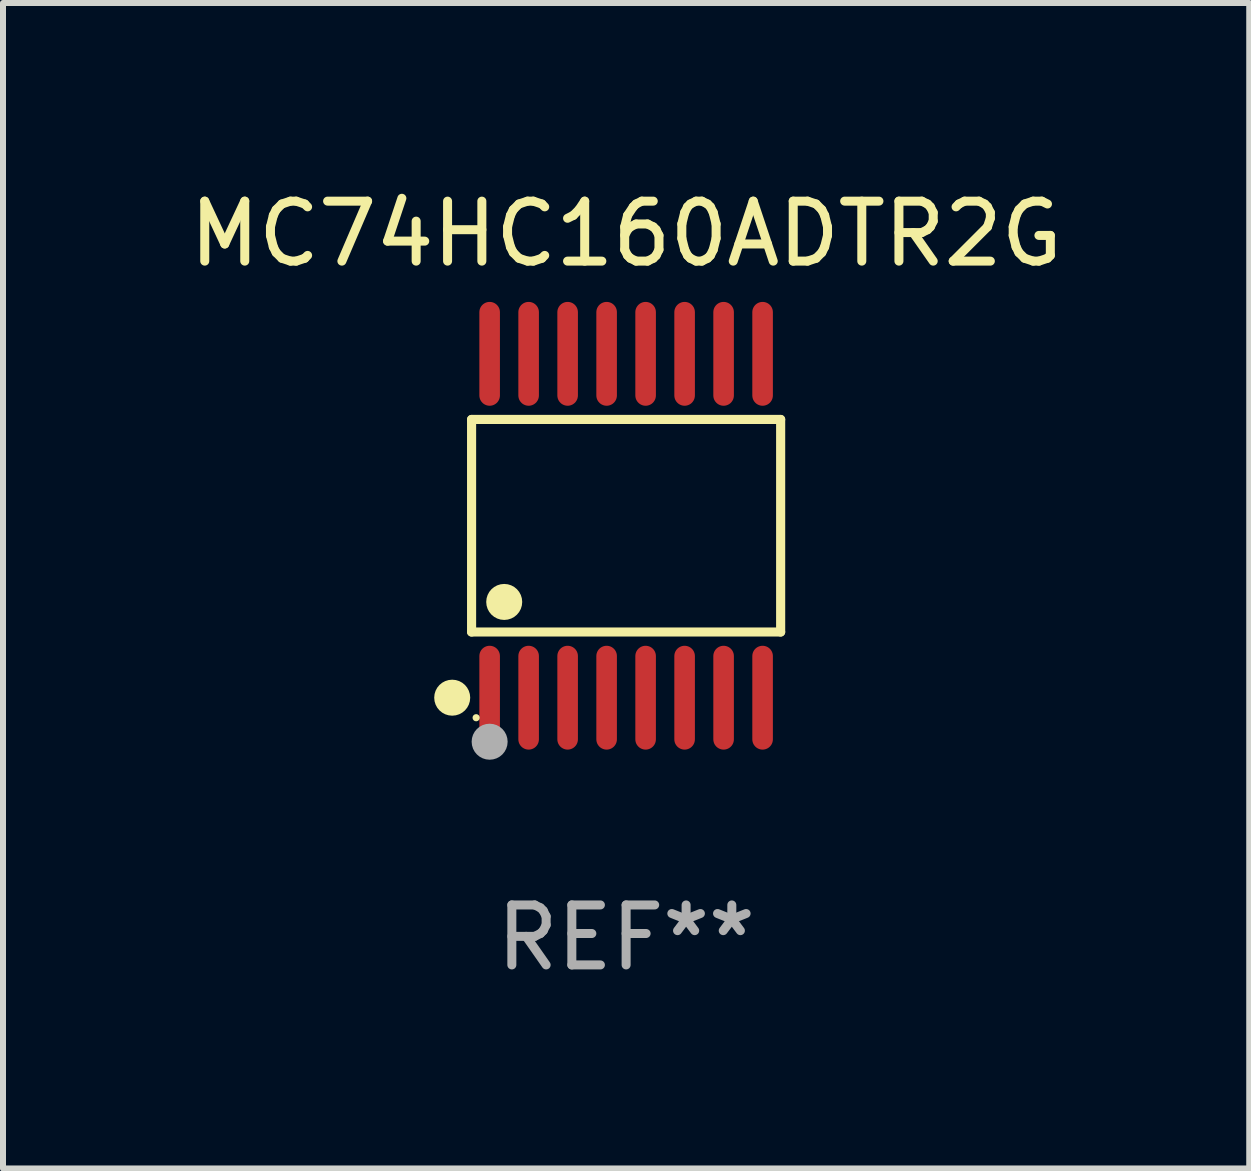
<source format=kicad_pcb>
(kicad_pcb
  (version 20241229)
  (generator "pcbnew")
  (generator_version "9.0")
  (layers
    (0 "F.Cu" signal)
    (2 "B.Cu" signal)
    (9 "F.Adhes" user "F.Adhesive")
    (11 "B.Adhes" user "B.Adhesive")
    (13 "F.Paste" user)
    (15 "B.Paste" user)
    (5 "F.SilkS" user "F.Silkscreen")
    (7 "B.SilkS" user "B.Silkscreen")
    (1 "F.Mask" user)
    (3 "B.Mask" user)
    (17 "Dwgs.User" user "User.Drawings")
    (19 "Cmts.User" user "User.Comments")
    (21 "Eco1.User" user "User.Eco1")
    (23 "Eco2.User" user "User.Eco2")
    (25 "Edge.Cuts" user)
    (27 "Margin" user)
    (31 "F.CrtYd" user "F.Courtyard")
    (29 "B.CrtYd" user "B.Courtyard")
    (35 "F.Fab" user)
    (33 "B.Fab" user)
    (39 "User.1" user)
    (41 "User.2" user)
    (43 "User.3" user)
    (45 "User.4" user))
  (footprint "MC74HC160ADTR2G"
    (layer "F.Cu")
    (at 7.387 5.714)
    (property "Reference" "MC74HC160ADTR2G" (at 0 -4.866 0) (layer "F.SilkS") (effects (font (size 1 1) (thickness 0.15))))
    (attr through_hole)
    (fp_line (start -2.576 -1.772) (end 2.576 -1.772) (stroke (width 0.152) (type solid)) (layer "F.SilkS"))
    (fp_line (start -2.576 1.771) (end -2.576 -1.772) (stroke (width 0.152) (type solid)) (layer "F.SilkS"))
    (fp_line (start 2.576 -1.772) (end 2.576 1.771) (stroke (width 0.152) (type solid)) (layer "F.SilkS"))
    (fp_line (start 2.576 1.771) (end -2.576 1.771) (stroke (width 0.152) (type solid)) (layer "F.SilkS"))
    (fp_circle (center -2.899 2.866) (end -2.749 2.866) (stroke (width 0.3) (type solid)) (fill no) (layer "F.SilkS"))
    (fp_circle (center -2.5 3.2) (end -2.47 3.2) (stroke (width 0.06) (type solid)) (fill no) (layer "F.SilkS"))
    (fp_circle (center -2.032 1.27) (end -1.882 1.27) (stroke (width 0.3) (type solid)) (fill no) (layer "F.SilkS"))
    (fp_circle (center -2.275 3.6) (end -2.125 3.6) (stroke (width 0.3) (type solid)) (fill no) (layer "F.Fab"))
    (fp_text user "REF**" (at 0 6.866 0) (layer "F.Fab") (effects (font (size 1 1) (thickness 0.15))))
    (pad "1" smd oval (at -2.275 2.866) (size 0.343 1.731) (layers "F.Cu" "F.Mask" "F.Paste"))
    (pad "2" smd oval (at -1.625 2.866) (size 0.343 1.731) (layers "F.Cu" "F.Mask" "F.Paste"))
    (pad "3" smd oval (at -0.975 2.866) (size 0.343 1.731) (layers "F.Cu" "F.Mask" "F.Paste"))
    (pad "4" smd oval (at -0.325 2.866) (size 0.343 1.731) (layers "F.Cu" "F.Mask" "F.Paste"))
    (pad "5" smd oval (at 0.325 2.866) (size 0.343 1.731) (layers "F.Cu" "F.Mask" "F.Paste"))
    (pad "6" smd oval (at 0.975 2.866) (size 0.343 1.731) (layers "F.Cu" "F.Mask" "F.Paste"))
    (pad "7" smd oval (at 1.625 2.866) (size 0.343 1.731) (layers "F.Cu" "F.Mask" "F.Paste"))
    (pad "8" smd oval (at 2.275 2.866) (size 0.343 1.731) (layers "F.Cu" "F.Mask" "F.Paste"))
    (pad "9" smd oval (at 2.275 -2.866) (size 0.343 1.731) (layers "F.Cu" "F.Mask" "F.Paste"))
    (pad "10" smd oval (at 1.625 -2.866) (size 0.343 1.731) (layers "F.Cu" "F.Mask" "F.Paste"))
    (pad "11" smd oval (at 0.975 -2.866) (size 0.343 1.731) (layers "F.Cu" "F.Mask" "F.Paste"))
    (pad "12" smd oval (at 0.325 -2.866) (size 0.343 1.731) (layers "F.Cu" "F.Mask" "F.Paste"))
    (pad "13" smd oval (at -0.325 -2.866) (size 0.343 1.731) (layers "F.Cu" "F.Mask" "F.Paste"))
    (pad "14" smd oval (at -0.975 -2.866) (size 0.343 1.731) (layers "F.Cu" "F.Mask" "F.Paste"))
    (pad "15" smd oval (at -1.625 -2.866) (size 0.343 1.731) (layers "F.Cu" "F.Mask" "F.Paste"))
    (pad "16" smd oval (at -2.275 -2.866) (size 0.343 1.731) (layers "F.Cu" "F.Mask" "F.Paste")))
  (gr_rect
    (start -3 -3)
    (end 17.774 16.428)
    (stroke (width 0.1) (type default))
    (fill no)
    (layer "Edge.Cuts")))
</source>
